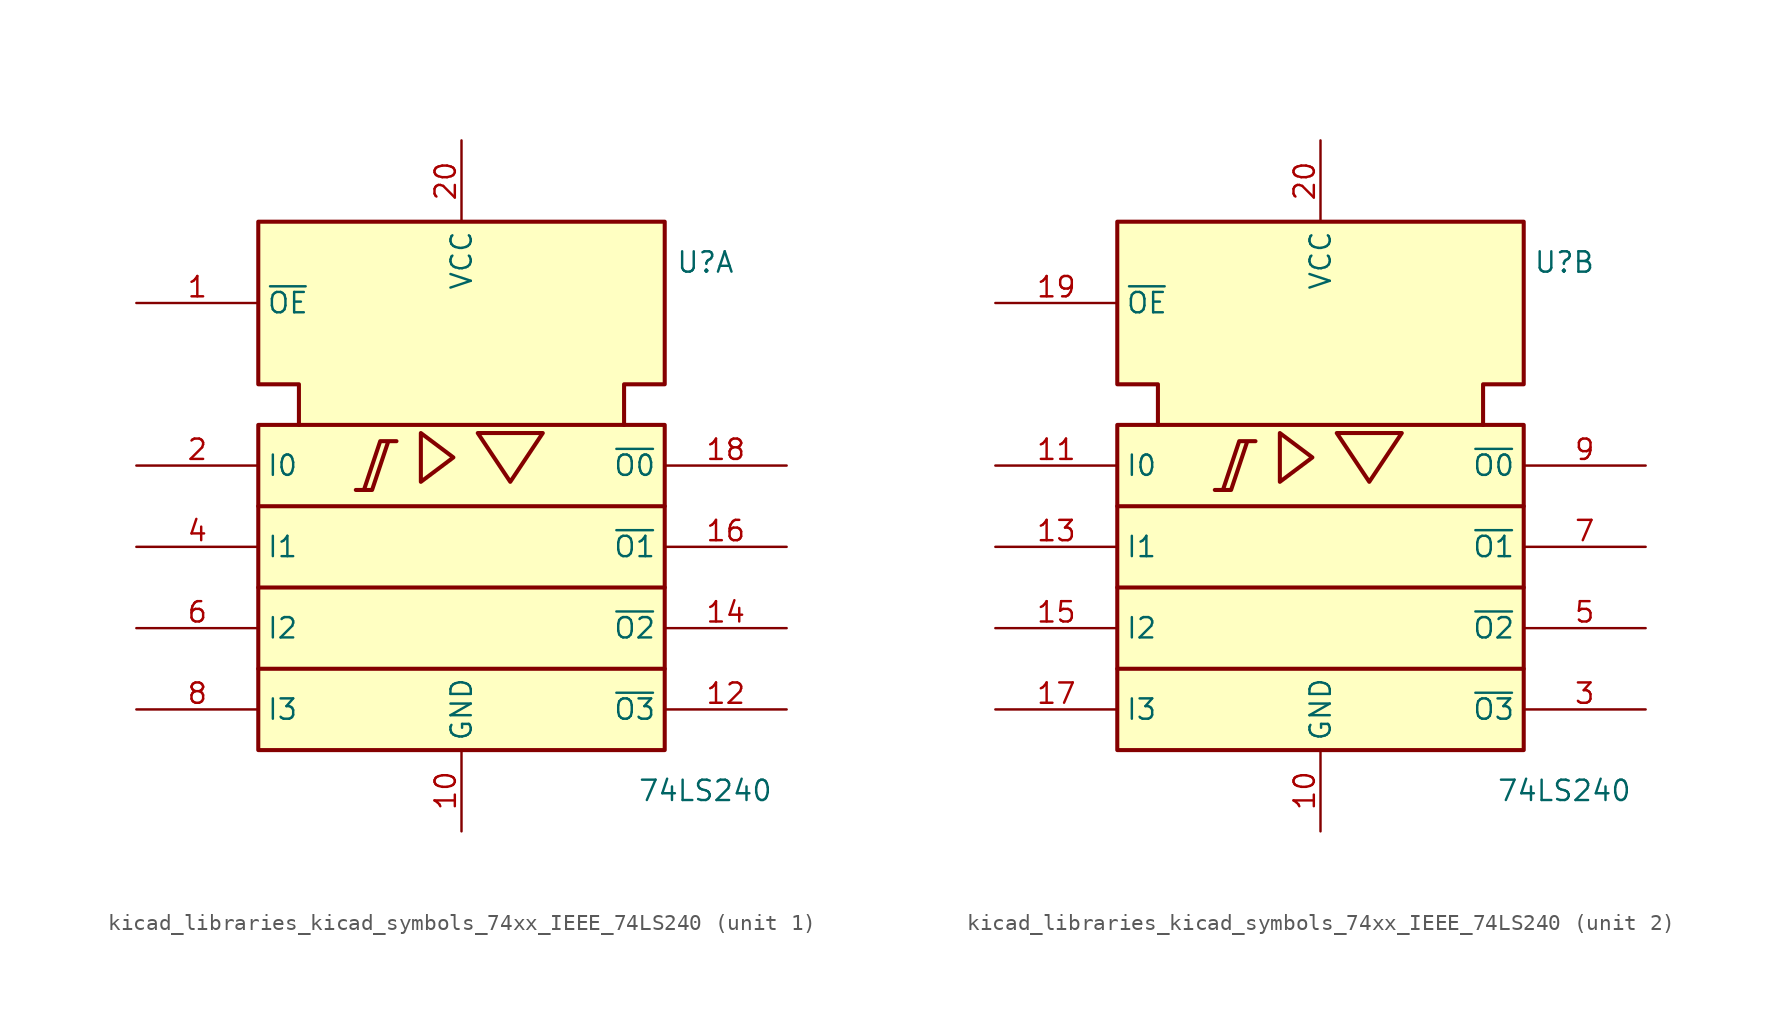
<source format=kicad_sym>
(kicad_symbol_lib
  (version 20220914)
  (generator kicad_symbol_editor)
  (symbol "kicad_libraries_kicad_symbols_74xx_IEEE_74LS240"
    (property "Reference" "U"
      (at 15.24 17.78 0)
      (effects (font (size 1.27 1.27))))
    (property "Value" "74LS240"
      (at 15.24 -15.24 0)
      (effects (font (size 1.27 1.27))))
    (symbol "kicad_libraries_kicad_symbols_74xx_IEEE_74LS240_0_0"
      (polyline (pts (xy -2.54 7.112) (xy -2.54 4.064) (xy -0.508 5.588) (xy -2.54 7.112) (xy -2.54 7.112)) (stroke (width 0.254) (type default)) (fill (type background)))
      (polyline (pts (xy 1.524 7.112) (xy 5.08 7.112) (xy 3.048 4.064) (xy 1.016 7.112) (xy 1.524 7.112) (xy 1.524 7.112)) (stroke (width 0.254) (type default)) (fill (type background))))
    (symbol "kicad_libraries_kicad_symbols_74xx_IEEE_74LS240_0_1"
      (rectangle (start -12.7 7.62) (end 12.7 -12.7) (stroke (width 0.254) (type default)) (fill (type background)))
      (polyline (pts (xy -12.7 -7.62) (xy 12.7 -7.62) (xy 12.7 -7.62)) (stroke (width 0.254) (type default)) (fill (type background)))
      (polyline (pts (xy -12.7 -2.54) (xy 12.7 -2.54) (xy 12.7 -2.54)) (stroke (width 0.254) (type default)) (fill (type background)))
      (polyline (pts (xy -12.7 2.54) (xy 12.7 2.54) (xy 12.7 2.54)) (stroke (width 0.254) (type default)) (fill (type background)))
      (polyline (pts (xy -6.604 3.556) (xy -5.588 3.556) (xy -4.572 6.604) (xy -4.064 6.604) (xy -5.08 6.604) (xy -6.096 3.556) (xy -6.096 3.556)) (stroke (width 0.254) (type default)) (fill (type background)))
      (polyline (pts (xy -10.16 7.62) (xy -10.16 10.16) (xy -12.7 10.16) (xy -12.7 20.32) (xy 12.7 20.32) (xy 12.7 10.16) (xy 10.16 10.16) (xy 10.16 7.62) (xy 10.16 7.62)) (stroke (width 0.254) (type default)) (fill (type background)))
      (pin power_in line (at 0 -17.78 90) (length 5.08) (name "GND" (effects (font (size 1.27 1.27)))) (number "10" (effects (font (size 1.27 1.27)))))
      (pin power_in line (at 0 25.4 270) (length 5.08) (name "VCC" (effects (font (size 1.27 1.27)))) (number "20" (effects (font (size 1.27 1.27))))))
    (symbol "kicad_libraries_kicad_symbols_74xx_IEEE_74LS240_1_1"
      (pin input line (at -20.32 15.24 0) (length 7.62) (name "~{OE}" (effects (font (size 1.27 1.27)))) (number "1" (effects (font (size 1.27 1.27)))))
      (pin tri_state line (at 20.32 -10.16 180) (length 7.62) (name "~{O3}" (effects (font (size 1.27 1.27)))) (number "12" (effects (font (size 1.27 1.27)))))
      (pin tri_state line (at 20.32 -5.08 180) (length 7.62) (name "~{O2}" (effects (font (size 1.27 1.27)))) (number "14" (effects (font (size 1.27 1.27)))))
      (pin tri_state line (at 20.32 0 180) (length 7.62) (name "~{O1}" (effects (font (size 1.27 1.27)))) (number "16" (effects (font (size 1.27 1.27)))))
      (pin tri_state line (at 20.32 5.08 180) (length 7.62) (name "~{O0}" (effects (font (size 1.27 1.27)))) (number "18" (effects (font (size 1.27 1.27)))))
      (pin input line (at -20.32 5.08 0) (length 7.62) (name "I0" (effects (font (size 1.27 1.27)))) (number "2" (effects (font (size 1.27 1.27)))))
      (pin input line (at -20.32 0 0) (length 7.62) (name "I1" (effects (font (size 1.27 1.27)))) (number "4" (effects (font (size 1.27 1.27)))))
      (pin input line (at -20.32 -5.08 0) (length 7.62) (name "I2" (effects (font (size 1.27 1.27)))) (number "6" (effects (font (size 1.27 1.27)))))
      (pin input line (at -20.32 -10.16 0) (length 7.62) (name "I3" (effects (font (size 1.27 1.27)))) (number "8" (effects (font (size 1.27 1.27))))))
    (symbol "kicad_libraries_kicad_symbols_74xx_IEEE_74LS240_2_1"
      (pin input line (at -20.32 5.08 0) (length 7.62) (name "I0" (effects (font (size 1.27 1.27)))) (number "11" (effects (font (size 1.27 1.27)))))
      (pin input line (at -20.32 0 0) (length 7.62) (name "I1" (effects (font (size 1.27 1.27)))) (number "13" (effects (font (size 1.27 1.27)))))
      (pin input line (at -20.32 -5.08 0) (length 7.62) (name "I2" (effects (font (size 1.27 1.27)))) (number "15" (effects (font (size 1.27 1.27)))))
      (pin input line (at -20.32 -10.16 0) (length 7.62) (name "I3" (effects (font (size 1.27 1.27)))) (number "17" (effects (font (size 1.27 1.27)))))
      (pin input line (at -20.32 15.24 0) (length 7.62) (name "~{OE}" (effects (font (size 1.27 1.27)))) (number "19" (effects (font (size 1.27 1.27)))))
      (pin tri_state line (at 20.32 -10.16 180) (length 7.62) (name "~{O3}" (effects (font (size 1.27 1.27)))) (number "3" (effects (font (size 1.27 1.27)))))
      (pin tri_state line (at 20.32 -5.08 180) (length 7.62) (name "~{O2}" (effects (font (size 1.27 1.27)))) (number "5" (effects (font (size 1.27 1.27)))))
      (pin tri_state line (at 20.32 0 180) (length 7.62) (name "~{O1}" (effects (font (size 1.27 1.27)))) (number "7" (effects (font (size 1.27 1.27)))))
      (pin tri_state line (at 20.32 5.08 180) (length 7.62) (name "~{O0}" (effects (font (size 1.27 1.27)))) (number "9" (effects (font (size 1.27 1.27))))))))
</source>
